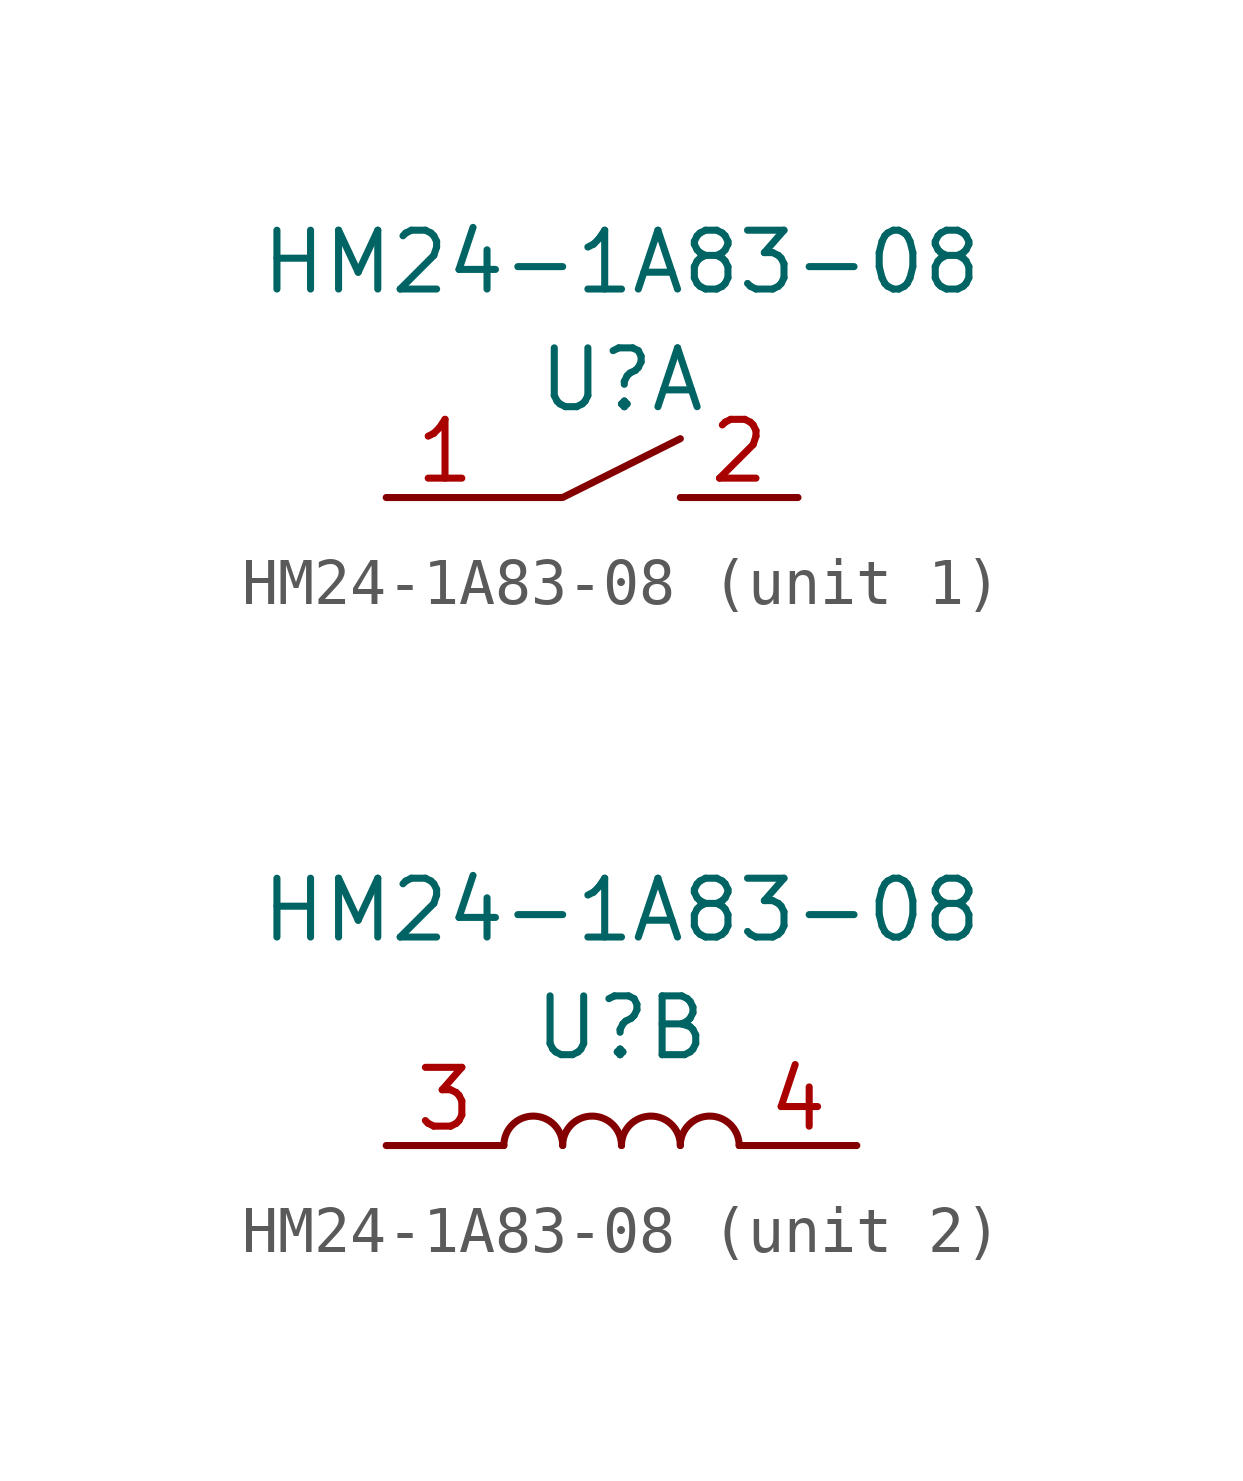
<source format=kicad_sym>
(kicad_symbol_lib
  (version 20241209)
  (generator "kicad_symbol_editor")
  (generator_version "9.0")
  (symbol "HM24-1A83-08"
    (pin_names
      (offset 1.016))
    (property "Reference" "U"
      (at 0 -1.27 0)
      (effects (font (size 1.27 1.27))))
    (property "Value" "HM24-1A83-08"
      (at 0 1.27 0)
      (effects (font (size 1.27 1.27))))
    (property "ki_locked" ""
      (at 0 0 0)
      (effects (font (size 1.27 1.27))))
    (symbol "HM24-1A83-08_1_1"
      (polyline (pts (xy -2.54 -3.81) (xy -1.27 -3.81) (xy 1.27 -2.54)) (stroke (width 0) (type solid)) (fill (type none)))
      (pin input line (at -5.08 -3.81 0) (length 2.54) (name "~" (effects (font (size 1.27 1.27)))) (number "1" (effects (font (size 1.27 1.27)))))
      (pin output line (at 3.81 -3.81 180) (length 2.54) (name "~" (effects (font (size 1.27 1.27)))) (number "2" (effects (font (size 1.27 1.27))))))
    (symbol "HM24-1A83-08_2_1"
      (arc (start -2.54 -3.81) (mid -1.905 -3.175) (end -1.27 -3.81) (stroke (width 0) (type solid)) (fill (type none)))
      (arc (start -1.27 -3.81) (mid -0.635 -3.175) (end 0 -3.81) (stroke (width 0) (type solid)) (fill (type none)))
      (arc (start 0 -3.81) (mid 0.635 -3.175) (end 1.27 -3.81) (stroke (width 0) (type solid)) (fill (type none)))
      (arc (start 1.27 -3.81) (mid 1.905 -3.175) (end 2.54 -3.81) (stroke (width 0) (type solid)) (fill (type none)))
      (pin input line (at -5.08 -3.81 0) (length 2.54) (name "~" (effects (font (size 1.27 1.27)))) (number "3" (effects (font (size 1.27 1.27)))))
      (pin output line (at 5.08 -3.81 180) (length 2.54) (name "~" (effects (font (size 1.27 1.27)))) (number "4" (effects (font (size 1.27 1.27))))))))
</source>
